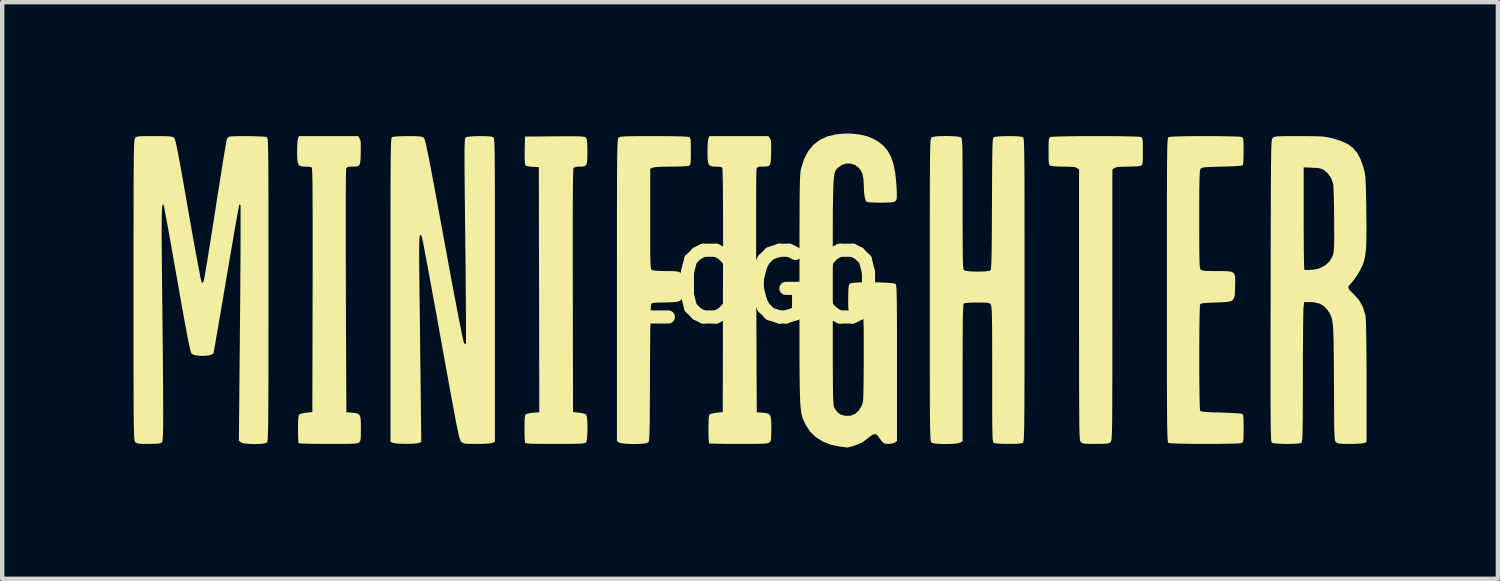
<source format=kicad_pcb>
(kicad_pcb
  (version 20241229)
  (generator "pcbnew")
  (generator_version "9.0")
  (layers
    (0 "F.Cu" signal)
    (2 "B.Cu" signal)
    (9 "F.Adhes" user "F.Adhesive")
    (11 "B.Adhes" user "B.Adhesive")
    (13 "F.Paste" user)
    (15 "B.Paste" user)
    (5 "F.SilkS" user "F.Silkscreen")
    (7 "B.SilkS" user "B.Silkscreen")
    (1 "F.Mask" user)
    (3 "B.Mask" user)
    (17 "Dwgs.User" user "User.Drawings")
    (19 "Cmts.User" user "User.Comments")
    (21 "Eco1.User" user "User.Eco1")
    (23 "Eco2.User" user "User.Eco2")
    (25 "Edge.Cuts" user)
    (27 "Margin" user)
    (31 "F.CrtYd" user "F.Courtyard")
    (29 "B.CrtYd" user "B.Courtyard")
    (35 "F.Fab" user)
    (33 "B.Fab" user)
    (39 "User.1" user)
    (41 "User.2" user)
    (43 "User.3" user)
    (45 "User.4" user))
  (footprint "LOGO"
    (layer "F.Cu")
    (at 14.104 3.501)
    (property "Reference" "LOGO" (at 0 0 0) (layer "F.SilkS") (effects (font (size 1.524 1.524) (thickness 0.3))))
    (attr board_only exclude_from_pos_files exclude_from_bom)
    (fp_poly (pts (xy -4.023 -3.438) (xy -3.933 -3.436) (xy -3.868 -3.433) (xy -3.823 -3.428) (xy -3.794 -3.422) (xy -3.777 -3.414) (xy -3.771 -3.409) (xy -3.757 -3.387) (xy -3.747 -3.352) (xy -3.741 -3.295) (xy -3.738 -3.21) (xy -3.737 -3.09) (xy -3.737 -3.082) (xy -3.738 -2.956) (xy -3.742 -2.866) (xy -3.753 -2.806) (xy -3.774 -2.77) (xy -3.808 -2.752) (xy -3.86 -2.746) (xy -3.923 -2.745) (xy -3.995 -2.739) (xy -4.043 -2.723) (xy -4.051 -2.716) (xy -4.055 -2.699) (xy -4.058 -2.657) (xy -4.061 -2.588) (xy -4.064 -2.491) (xy -4.066 -2.365) (xy -4.067 -2.208) (xy -4.069 -2.019) (xy -4.07 -1.797) (xy -4.071 -1.54) (xy -4.071 -1.246) (xy -4.071 -0.915) (xy -4.071 -0.546) (xy -4.07 -0.136) (xy -4.07 0.087) (xy -4.064 2.861) (xy -3.931 2.876) (xy -3.856 2.887) (xy -3.796 2.902) (xy -3.767 2.915) (xy -3.753 2.948) (xy -3.743 3.013) (xy -3.737 3.101) (xy -3.734 3.201) (xy -3.735 3.305) (xy -3.74 3.402) (xy -3.749 3.484) (xy -3.761 3.539) (xy -3.77 3.556) (xy -3.784 3.566) (xy -3.808 3.573) (xy -3.846 3.579) (xy -3.903 3.583) (xy -3.984 3.586) (xy -4.091 3.588) (xy -4.231 3.589) (xy -4.407 3.589) (xy -4.475 3.589) (xy -4.663 3.589) (xy -4.814 3.588) (xy -4.93 3.587) (xy -5.017 3.585) (xy -5.079 3.581) (xy -5.12 3.576) (xy -5.145 3.57) (xy -5.157 3.561) (xy -5.16 3.556) (xy -5.165 3.523) (xy -5.169 3.457) (xy -5.172 3.367) (xy -5.173 3.26) (xy -5.173 3.231) (xy -5.172 3.109) (xy -5.169 3.022) (xy -5.163 2.965) (xy -5.153 2.93) (xy -5.141 2.914) (xy -5.105 2.899) (xy -5.041 2.885) (xy -4.972 2.877) (xy -4.835 2.866) (xy -4.84 0.066) (xy -4.846 -2.734) (xy -4.986 -2.74) (xy -5.071 -2.748) (xy -5.13 -2.763) (xy -5.151 -2.775) (xy -5.161 -2.811) (xy -5.167 -2.889) (xy -5.169 -3.007) (xy -5.168 -3.117) (xy -5.162 -3.431) (xy -4.483 -3.437) (xy -4.293 -3.438) (xy -4.141 -3.438)) (stroke (width 0) (type solid)) (fill yes) (layer "F.SilkS"))
    (fp_poly (pts (xy 0.434 -3.39) (xy 0.448 -3.36) (xy 0.457 -3.319) (xy 0.462 -3.258) (xy 0.463 -3.169) (xy 0.461 -3.062) (xy 0.457 -2.94) (xy 0.451 -2.855) (xy 0.438 -2.799) (xy 0.416 -2.766) (xy 0.379 -2.751) (xy 0.324 -2.746) (xy 0.269 -2.745) (xy 0.198 -2.743) (xy 0.158 -2.734) (xy 0.137 -2.715) (xy 0.128 -2.696) (xy 0.126 -2.669) (xy 0.124 -2.601) (xy 0.122 -2.497) (xy 0.121 -2.356) (xy 0.119 -2.183) (xy 0.119 -1.978) (xy 0.118 -1.745) (xy 0.118 -1.485) (xy 0.118 -1.201) (xy 0.118 -0.895) (xy 0.119 -0.57) (xy 0.12 -0.227) (xy 0.121 0.11) (xy 0.133 2.866) (xy 0.271 2.877) (xy 0.342 2.885) (xy 0.394 2.897) (xy 0.428 2.922) (xy 0.449 2.964) (xy 0.46 3.03) (xy 0.464 3.128) (xy 0.465 3.242) (xy 0.464 3.357) (xy 0.461 3.438) (xy 0.456 3.492) (xy 0.446 3.526) (xy 0.432 3.548) (xy 0.426 3.554) (xy 0.411 3.564) (xy 0.388 3.572) (xy 0.352 3.578) (xy 0.299 3.583) (xy 0.224 3.586) (xy 0.122 3.588) (xy -0.01 3.589) (xy -0.178 3.589) (xy -0.278 3.589) (xy -0.441 3.589) (xy -0.591 3.588) (xy -0.722 3.586) (xy -0.829 3.583) (xy -0.907 3.58) (xy -0.95 3.577) (xy -0.957 3.575) (xy -0.962 3.55) (xy -0.966 3.491) (xy -0.969 3.405) (xy -0.971 3.3) (xy -0.971 3.251) (xy -0.97 3.122) (xy -0.967 3.03) (xy -0.961 2.969) (xy -0.952 2.932) (xy -0.941 2.915) (xy -0.906 2.9) (xy -0.842 2.885) (xy -0.778 2.876) (xy -0.644 2.861) (xy -0.639 0.075) (xy -0.638 -0.339) (xy -0.637 -0.713) (xy -0.637 -1.049) (xy -0.637 -1.347) (xy -0.637 -1.611) (xy -0.638 -1.842) (xy -0.639 -2.041) (xy -0.64 -2.211) (xy -0.642 -2.353) (xy -0.644 -2.469) (xy -0.646 -2.561) (xy -0.648 -2.631) (xy -0.651 -2.681) (xy -0.655 -2.712) (xy -0.659 -2.726) (xy -0.66 -2.727) (xy -0.694 -2.737) (xy -0.756 -2.743) (xy -0.806 -2.744) (xy -0.876 -2.748) (xy -0.926 -2.761) (xy -0.959 -2.789) (xy -0.979 -2.84) (xy -0.989 -2.918) (xy -0.992 -3.03) (xy -0.992 -3.086) (xy -0.991 -3.189) (xy -0.986 -3.282) (xy -0.979 -3.352) (xy -0.972 -3.387) (xy -0.951 -3.442) (xy 0.4 -3.442)) (stroke (width 0) (type solid)) (fill yes) (layer "F.SilkS"))
    (fp_poly (pts (xy -8.941 -3.39) (xy -8.926 -3.36) (xy -8.917 -3.319) (xy -8.912 -3.258) (xy -8.912 -3.169) (xy -8.914 -3.062) (xy -8.917 -2.94) (xy -8.923 -2.855) (xy -8.936 -2.799) (xy -8.959 -2.766) (xy -8.996 -2.751) (xy -9.051 -2.746) (xy -9.106 -2.745) (xy -9.176 -2.743) (xy -9.217 -2.734) (xy -9.238 -2.715) (xy -9.246 -2.697) (xy -9.248 -2.67) (xy -9.25 -2.604) (xy -9.252 -2.5) (xy -9.253 -2.362) (xy -9.254 -2.191) (xy -9.255 -1.991) (xy -9.256 -1.763) (xy -9.256 -1.51) (xy -9.256 -1.235) (xy -9.256 -0.941) (xy -9.255 -0.629) (xy -9.254 -0.302) (xy -9.253 0.037) (xy -9.253 0.109) (xy -9.242 2.866) (xy -9.103 2.877) (xy -9.032 2.885) (xy -8.981 2.897) (xy -8.947 2.922) (xy -8.926 2.964) (xy -8.915 3.03) (xy -8.911 3.128) (xy -8.91 3.242) (xy -8.911 3.357) (xy -8.913 3.438) (xy -8.919 3.492) (xy -8.928 3.526) (xy -8.942 3.548) (xy -8.949 3.554) (xy -8.963 3.564) (xy -8.986 3.572) (xy -9.022 3.578) (xy -9.076 3.583) (xy -9.151 3.586) (xy -9.252 3.588) (xy -9.385 3.589) (xy -9.553 3.589) (xy -9.652 3.589) (xy -9.816 3.589) (xy -9.966 3.588) (xy -10.097 3.586) (xy -10.204 3.583) (xy -10.281 3.58) (xy -10.325 3.577) (xy -10.332 3.575) (xy -10.337 3.55) (xy -10.341 3.491) (xy -10.344 3.405) (xy -10.346 3.3) (xy -10.346 3.251) (xy -10.345 3.122) (xy -10.342 3.03) (xy -10.336 2.969) (xy -10.327 2.932) (xy -10.316 2.915) (xy -10.28 2.9) (xy -10.217 2.885) (xy -10.152 2.876) (xy -10.019 2.861) (xy -10.013 0.075) (xy -10.012 -0.339) (xy -10.012 -0.713) (xy -10.012 -1.049) (xy -10.012 -1.347) (xy -10.012 -1.611) (xy -10.013 -1.842) (xy -10.014 -2.041) (xy -10.015 -2.211) (xy -10.016 -2.353) (xy -10.018 -2.469) (xy -10.02 -2.561) (xy -10.023 -2.631) (xy -10.026 -2.681) (xy -10.029 -2.712) (xy -10.033 -2.726) (xy -10.034 -2.727) (xy -10.069 -2.737) (xy -10.13 -2.743) (xy -10.181 -2.744) (xy -10.25 -2.748) (xy -10.3 -2.761) (xy -10.333 -2.789) (xy -10.353 -2.84) (xy -10.363 -2.918) (xy -10.367 -3.03) (xy -10.367 -3.086) (xy -10.365 -3.189) (xy -10.361 -3.282) (xy -10.354 -3.352) (xy -10.346 -3.387) (xy -10.326 -3.442) (xy -8.974 -3.442)) (stroke (width 0) (type solid)) (fill yes) (layer "F.SilkS"))
    (fp_poly (pts (xy 8.018 -3.442) (xy 8.197 -3.441) (xy 8.368 -3.44) (xy 8.524 -3.437) (xy 8.66 -3.435) (xy 8.773 -3.431) (xy 8.855 -3.427) (xy 8.903 -3.422) (xy 8.911 -3.42) (xy 8.928 -3.408) (xy 8.939 -3.388) (xy 8.946 -3.354) (xy 8.95 -3.297) (xy 8.952 -3.212) (xy 8.952 -3.093) (xy 8.952 -2.973) (xy 8.95 -2.889) (xy 8.946 -2.832) (xy 8.939 -2.798) (xy 8.927 -2.778) (xy 8.911 -2.767) (xy 8.875 -2.758) (xy 8.806 -2.751) (xy 8.715 -2.747) (xy 8.611 -2.745) (xy 8.61 -2.745) (xy 8.49 -2.743) (xy 8.406 -2.739) (xy 8.348 -2.731) (xy 8.312 -2.718) (xy 8.302 -2.712) (xy 8.256 -2.679) (xy 8.256 0.413) (xy 8.256 0.835) (xy 8.255 1.216) (xy 8.255 1.56) (xy 8.255 1.867) (xy 8.255 2.141) (xy 8.254 2.382) (xy 8.254 2.593) (xy 8.253 2.777) (xy 8.252 2.934) (xy 8.251 3.068) (xy 8.249 3.18) (xy 8.247 3.272) (xy 8.245 3.346) (xy 8.242 3.405) (xy 8.239 3.45) (xy 8.236 3.484) (xy 8.232 3.507) (xy 8.228 3.524) (xy 8.223 3.535) (xy 8.218 3.542) (xy 8.213 3.547) (xy 8.193 3.564) (xy 8.166 3.576) (xy 8.125 3.583) (xy 8.063 3.587) (xy 7.972 3.589) (xy 7.875 3.589) (xy 7.757 3.589) (xy 7.672 3.587) (xy 7.615 3.582) (xy 7.578 3.574) (xy 7.553 3.561) (xy 7.538 3.547) (xy 7.532 3.541) (xy 7.527 3.533) (xy 7.522 3.521) (xy 7.518 3.503) (xy 7.514 3.477) (xy 7.511 3.441) (xy 7.508 3.393) (xy 7.505 3.33) (xy 7.503 3.252) (xy 7.501 3.156) (xy 7.5 3.039) (xy 7.499 2.9) (xy 7.498 2.736) (xy 7.497 2.547) (xy 7.496 2.328) (xy 7.496 2.08) (xy 7.496 1.799) (xy 7.496 1.483) (xy 7.495 1.131) (xy 7.495 0.74) (xy 7.495 0.413) (xy 7.495 -2.679) (xy 7.449 -2.712) (xy 7.417 -2.727) (xy 7.367 -2.737) (xy 7.293 -2.742) (xy 7.186 -2.745) (xy 7.141 -2.745) (xy 7.037 -2.747) (xy 6.945 -2.751) (xy 6.876 -2.758) (xy 6.84 -2.767) (xy 6.84 -2.767) (xy 6.823 -2.778) (xy 6.812 -2.798) (xy 6.805 -2.833) (xy 6.801 -2.889) (xy 6.799 -2.974) (xy 6.799 -3.093) (xy 6.799 -3.213) (xy 6.801 -3.298) (xy 6.805 -3.354) (xy 6.812 -3.388) (xy 6.824 -3.408) (xy 6.84 -3.42) (xy 6.87 -3.425) (xy 6.938 -3.429) (xy 7.037 -3.433) (xy 7.163 -3.436) (xy 7.312 -3.439) (xy 7.476 -3.441) (xy 7.652 -3.442) (xy 7.834 -3.442)) (stroke (width 0) (type solid)) (fill yes) (layer "F.SilkS"))
    (fp_poly (pts (xy -1.998 -3.441) (xy -1.809 -3.439) (xy -1.654 -3.436) (xy -1.536 -3.432) (xy -1.456 -3.427) (xy -1.416 -3.421) (xy -1.413 -3.42) (xy -1.397 -3.408) (xy -1.386 -3.388) (xy -1.379 -3.354) (xy -1.375 -3.297) (xy -1.373 -3.212) (xy -1.372 -3.093) (xy -1.373 -2.973) (xy -1.375 -2.889) (xy -1.379 -2.832) (xy -1.386 -2.798) (xy -1.397 -2.778) (xy -1.413 -2.767) (xy -1.449 -2.759) (xy -1.52 -2.753) (xy -1.62 -2.748) (xy -1.743 -2.745) (xy -1.824 -2.745) (xy -1.981 -2.743) (xy -2.105 -2.739) (xy -2.194 -2.732) (xy -2.244 -2.722) (xy -2.248 -2.72) (xy -2.301 -2.696) (xy -2.301 -1.549) (xy -2.301 -1.3) (xy -2.301 -1.09) (xy -2.301 -0.915) (xy -2.3 -0.772) (xy -2.298 -0.658) (xy -2.296 -0.57) (xy -2.293 -0.503) (xy -2.29 -0.455) (xy -2.285 -0.423) (xy -2.279 -0.402) (xy -2.272 -0.39) (xy -2.264 -0.383) (xy -2.261 -0.381) (xy -2.225 -0.373) (xy -2.156 -0.366) (xy -2.064 -0.361) (xy -1.957 -0.359) (xy -1.937 -0.359) (xy -1.806 -0.359) (xy -1.711 -0.354) (xy -1.646 -0.342) (xy -1.605 -0.315) (xy -1.582 -0.271) (xy -1.572 -0.204) (xy -1.567 -0.108) (xy -1.566 -0.063) (xy -1.563 0.072) (xy -1.564 0.171) (xy -1.572 0.24) (xy -1.587 0.285) (xy -1.611 0.314) (xy -1.646 0.331) (xy -1.664 0.337) (xy -1.716 0.346) (xy -1.798 0.353) (xy -1.9 0.357) (xy -1.998 0.359) (xy -2.118 0.36) (xy -2.202 0.365) (xy -2.253 0.374) (xy -2.277 0.387) (xy -2.282 0.409) (xy -2.287 0.462) (xy -2.291 0.548) (xy -2.294 0.667) (xy -2.297 0.823) (xy -2.3 1.014) (xy -2.302 1.244) (xy -2.304 1.513) (xy -2.306 1.822) (xy -2.306 1.972) (xy -2.307 2.266) (xy -2.308 2.52) (xy -2.31 2.738) (xy -2.311 2.922) (xy -2.312 3.076) (xy -2.314 3.202) (xy -2.316 3.303) (xy -2.319 3.382) (xy -2.322 3.442) (xy -2.326 3.486) (xy -2.33 3.516) (xy -2.336 3.536) (xy -2.342 3.549) (xy -2.349 3.557) (xy -2.353 3.559) (xy -2.395 3.574) (xy -2.468 3.584) (xy -2.564 3.59) (xy -2.67 3.592) (xy -2.778 3.59) (xy -2.877 3.584) (xy -2.957 3.574) (xy -3.008 3.56) (xy -3.015 3.556) (xy -3.062 3.524) (xy -3.062 0.076) (xy -3.062 -0.371) (xy -3.061 -0.778) (xy -3.061 -1.146) (xy -3.061 -1.478) (xy -3.061 -1.775) (xy -3.06 -2.04) (xy -3.06 -2.274) (xy -3.059 -2.479) (xy -3.058 -2.658) (xy -3.057 -2.811) (xy -3.056 -2.942) (xy -3.054 -3.051) (xy -3.052 -3.141) (xy -3.05 -3.215) (xy -3.047 -3.272) (xy -3.044 -3.317) (xy -3.041 -3.35) (xy -3.038 -3.373) (xy -3.034 -3.389) (xy -3.029 -3.399) (xy -3.024 -3.405) (xy -3.023 -3.407) (xy -3.009 -3.416) (xy -2.987 -3.423) (xy -2.954 -3.429) (xy -2.904 -3.434) (xy -2.833 -3.437) (xy -2.738 -3.439) (xy -2.614 -3.441) (xy -2.457 -3.441) (xy -2.262 -3.442) (xy -2.219 -3.442)) (stroke (width 0) (type solid)) (fill yes) (layer "F.SilkS"))
    (fp_poly (pts (xy 10.492 -3.442) (xy 10.653 -3.441) (xy 10.805 -3.439) (xy 10.941 -3.436) (xy 11.056 -3.433) (xy 11.143 -3.429) (xy 11.198 -3.423) (xy 11.213 -3.42) (xy 11.229 -3.408) (xy 11.24 -3.388) (xy 11.247 -3.354) (xy 11.251 -3.297) (xy 11.253 -3.212) (xy 11.254 -3.094) (xy 11.252 -2.961) (xy 11.249 -2.867) (xy 11.242 -2.807) (xy 11.231 -2.777) (xy 11.227 -2.772) (xy 11.199 -2.767) (xy 11.135 -2.761) (xy 11.043 -2.755) (xy 10.927 -2.75) (xy 10.796 -2.746) (xy 10.751 -2.745) (xy 10.601 -2.741) (xy 10.487 -2.737) (xy 10.405 -2.733) (xy 10.348 -2.727) (xy 10.311 -2.72) (xy 10.288 -2.711) (xy 10.274 -2.698) (xy 10.27 -2.693) (xy 10.263 -2.678) (xy 10.258 -2.651) (xy 10.253 -2.608) (xy 10.249 -2.546) (xy 10.246 -2.462) (xy 10.244 -2.352) (xy 10.242 -2.215) (xy 10.241 -2.045) (xy 10.24 -1.84) (xy 10.24 -1.597) (xy 10.24 -1.539) (xy 10.24 -1.291) (xy 10.241 -1.082) (xy 10.242 -0.908) (xy 10.243 -0.767) (xy 10.245 -0.654) (xy 10.247 -0.566) (xy 10.25 -0.501) (xy 10.255 -0.454) (xy 10.26 -0.423) (xy 10.266 -0.403) (xy 10.273 -0.392) (xy 10.293 -0.379) (xy 10.326 -0.37) (xy 10.38 -0.364) (xy 10.46 -0.361) (xy 10.572 -0.359) (xy 10.643 -0.359) (xy 10.787 -0.359) (xy 10.895 -0.355) (xy 10.97 -0.344) (xy 11.02 -0.321) (xy 11.048 -0.281) (xy 11.061 -0.22) (xy 11.063 -0.133) (xy 11.06 -0.017) (xy 11.06 -0.009) (xy 11.057 0.11) (xy 11.05 0.199) (xy 11.034 0.263) (xy 11.003 0.305) (xy 10.953 0.332) (xy 10.877 0.346) (xy 10.771 0.354) (xy 10.628 0.359) (xy 10.619 0.359) (xy 10.486 0.364) (xy 10.39 0.369) (xy 10.325 0.376) (xy 10.285 0.385) (xy 10.264 0.397) (xy 10.261 0.401) (xy 10.257 0.429) (xy 10.253 0.493) (xy 10.25 0.591) (xy 10.247 0.717) (xy 10.245 0.867) (xy 10.243 1.035) (xy 10.242 1.218) (xy 10.241 1.41) (xy 10.241 1.607) (xy 10.241 1.804) (xy 10.242 1.997) (xy 10.243 2.181) (xy 10.245 2.351) (xy 10.247 2.502) (xy 10.25 2.63) (xy 10.253 2.73) (xy 10.256 2.798) (xy 10.26 2.829) (xy 10.261 2.829) (xy 10.275 2.84) (xy 10.304 2.849) (xy 10.354 2.856) (xy 10.429 2.862) (xy 10.535 2.867) (xy 10.676 2.871) (xy 10.73 2.873) (xy 10.866 2.877) (xy 10.988 2.883) (xy 11.091 2.888) (xy 11.168 2.894) (xy 11.211 2.9) (xy 11.217 2.902) (xy 11.231 2.912) (xy 11.241 2.933) (xy 11.248 2.971) (xy 11.252 3.033) (xy 11.253 3.125) (xy 11.254 3.232) (xy 11.253 3.354) (xy 11.252 3.44) (xy 11.248 3.498) (xy 11.241 3.534) (xy 11.23 3.555) (xy 11.215 3.567) (xy 11.213 3.568) (xy 11.181 3.573) (xy 11.114 3.578) (xy 11.015 3.582) (xy 10.892 3.585) (xy 10.75 3.587) (xy 10.594 3.589) (xy 10.431 3.589) (xy 10.265 3.589) (xy 10.104 3.588) (xy 9.952 3.586) (xy 9.815 3.583) (xy 9.7 3.58) (xy 9.611 3.576) (xy 9.555 3.571) (xy 9.538 3.567) (xy 9.533 3.562) (xy 9.529 3.554) (xy 9.525 3.539) (xy 9.522 3.516) (xy 9.518 3.484) (xy 9.516 3.439) (xy 9.513 3.381) (xy 9.511 3.307) (xy 9.509 3.216) (xy 9.507 3.105) (xy 9.506 2.973) (xy 9.505 2.818) (xy 9.504 2.637) (xy 9.503 2.43) (xy 9.502 2.193) (xy 9.502 1.926) (xy 9.502 1.626) (xy 9.501 1.291) (xy 9.501 0.92) (xy 9.501 0.51) (xy 9.501 0.074) (xy 9.501 -0.375) (xy 9.501 -0.783) (xy 9.501 -1.152) (xy 9.502 -1.485) (xy 9.502 -1.784) (xy 9.502 -2.049) (xy 9.503 -2.284) (xy 9.503 -2.491) (xy 9.504 -2.67) (xy 9.505 -2.824) (xy 9.507 -2.955) (xy 9.508 -3.065) (xy 9.51 -3.156) (xy 9.512 -3.229) (xy 9.515 -3.287) (xy 9.518 -3.331) (xy 9.521 -3.364) (xy 9.524 -3.387) (xy 9.528 -3.402) (xy 9.533 -3.412) (xy 9.538 -3.417) (xy 9.542 -3.42) (xy 9.574 -3.425) (xy 9.642 -3.43) (xy 9.74 -3.434) (xy 9.864 -3.438) (xy 10.007 -3.44) (xy 10.163 -3.441) (xy 10.326 -3.442)) (stroke (width 0) (type solid)) (fill yes) (layer "F.SilkS"))
    (fp_poly (pts (xy -6.11 -3.442) (xy -6.016 -3.438) (xy -5.94 -3.432) (xy -5.893 -3.421) (xy -5.889 -3.42) (xy -5.884 -3.416) (xy -5.879 -3.41) (xy -5.875 -3.4) (xy -5.871 -3.383) (xy -5.868 -3.359) (xy -5.864 -3.324) (xy -5.862 -3.277) (xy -5.859 -3.217) (xy -5.857 -3.14) (xy -5.855 -3.046) (xy -5.854 -2.932) (xy -5.853 -2.797) (xy -5.851 -2.638) (xy -5.851 -2.454) (xy -5.85 -2.243) (xy -5.849 -2.002) (xy -5.849 -1.73) (xy -5.849 -1.425) (xy -5.849 -1.086) (xy -5.849 -0.709) (xy -5.849 -0.294) (xy -5.849 0.071) (xy -5.849 3.54) (xy -5.902 3.565) (xy -5.948 3.575) (xy -6.029 3.583) (xy -6.141 3.588) (xy -6.26 3.589) (xy -6.38 3.589) (xy -6.466 3.587) (xy -6.524 3.583) (xy -6.563 3.575) (xy -6.59 3.562) (xy -6.613 3.545) (xy -6.616 3.542) (xy -6.625 3.533) (xy -6.633 3.519) (xy -6.642 3.499) (xy -6.652 3.47) (xy -6.664 3.43) (xy -6.677 3.376) (xy -6.693 3.306) (xy -6.711 3.218) (xy -6.733 3.11) (xy -6.758 2.979) (xy -6.787 2.822) (xy -6.821 2.639) (xy -6.861 2.425) (xy -6.905 2.179) (xy -6.956 1.899) (xy -7.014 1.582) (xy -7.078 1.226) (xy -7.084 1.194) (xy -7.139 0.888) (xy -7.192 0.593) (xy -7.244 0.312) (xy -7.292 0.047) (xy -7.337 -0.198) (xy -7.378 -0.42) (xy -7.415 -0.619) (xy -7.448 -0.789) (xy -7.474 -0.929) (xy -7.495 -1.037) (xy -7.51 -1.109) (xy -7.518 -1.142) (xy -7.519 -1.144) (xy -7.533 -1.169) (xy -7.545 -1.182) (xy -7.555 -1.182) (xy -7.563 -1.166) (xy -7.57 -1.131) (xy -7.574 -1.073) (xy -7.577 -0.991) (xy -7.579 -0.882) (xy -7.579 -0.742) (xy -7.578 -0.569) (xy -7.576 -0.36) (xy -7.574 -0.113) (xy -7.573 -0.026) (xy -7.57 0.238) (xy -7.566 0.533) (xy -7.562 0.85) (xy -7.558 1.178) (xy -7.555 1.506) (xy -7.551 1.824) (xy -7.547 2.122) (xy -7.545 2.338) (xy -7.531 3.546) (xy -7.588 3.567) (xy -7.637 3.577) (xy -7.715 3.584) (xy -7.812 3.587) (xy -7.916 3.587) (xy -8.018 3.584) (xy -8.105 3.578) (xy -8.167 3.57) (xy -8.187 3.564) (xy -8.234 3.541) (xy -8.234 0.071) (xy -8.234 -0.377) (xy -8.234 -0.784) (xy -8.234 -1.154) (xy -8.234 -1.487) (xy -8.234 -1.785) (xy -8.233 -2.051) (xy -8.233 -2.286) (xy -8.232 -2.492) (xy -8.231 -2.671) (xy -8.23 -2.825) (xy -8.229 -2.956) (xy -8.227 -3.066) (xy -8.225 -3.156) (xy -8.223 -3.23) (xy -8.221 -3.287) (xy -8.218 -3.332) (xy -8.215 -3.364) (xy -8.211 -3.387) (xy -8.207 -3.402) (xy -8.203 -3.412) (xy -8.198 -3.417) (xy -8.194 -3.42) (xy -8.158 -3.428) (xy -8.088 -3.434) (xy -7.993 -3.439) (xy -7.88 -3.441) (xy -7.837 -3.442) (xy -7.711 -3.441) (xy -7.62 -3.438) (xy -7.558 -3.434) (xy -7.516 -3.425) (xy -7.488 -3.413) (xy -7.476 -3.405) (xy -7.468 -3.395) (xy -7.46 -3.379) (xy -7.45 -3.352) (xy -7.439 -3.313) (xy -7.425 -3.26) (xy -7.41 -3.19) (xy -7.391 -3.101) (xy -7.368 -2.991) (xy -7.342 -2.858) (xy -7.311 -2.699) (xy -7.276 -2.512) (xy -7.235 -2.295) (xy -7.189 -2.046) (xy -7.137 -1.762) (xy -7.078 -1.441) (xy -7.012 -1.081) (xy -7.007 -1.056) (xy -6.94 -0.692) (xy -6.878 -0.353) (xy -6.82 -0.042) (xy -6.766 0.24) (xy -6.718 0.493) (xy -6.676 0.713) (xy -6.639 0.9) (xy -6.609 1.052) (xy -6.584 1.168) (xy -6.567 1.245) (xy -6.556 1.283) (xy -6.554 1.287) (xy -6.525 1.306) (xy -6.512 1.304) (xy -6.51 1.281) (xy -6.509 1.219) (xy -6.509 1.121) (xy -6.509 0.988) (xy -6.509 0.824) (xy -6.51 0.631) (xy -6.512 0.412) (xy -6.513 0.169) (xy -6.516 -0.093) (xy -6.518 -0.374) (xy -6.521 -0.67) (xy -6.525 -0.978) (xy -6.525 -1.047) (xy -6.529 -1.411) (xy -6.533 -1.736) (xy -6.536 -2.023) (xy -6.539 -2.274) (xy -6.541 -2.493) (xy -6.542 -2.681) (xy -6.543 -2.842) (xy -6.543 -2.976) (xy -6.543 -3.087) (xy -6.542 -3.177) (xy -6.54 -3.248) (xy -6.538 -3.302) (xy -6.535 -3.342) (xy -6.532 -3.371) (xy -6.528 -3.39) (xy -6.523 -3.402) (xy -6.517 -3.41) (xy -6.513 -3.413) (xy -6.476 -3.425) (xy -6.407 -3.433) (xy -6.316 -3.439) (xy -6.214 -3.442)) (stroke (width 0) (type solid)) (fill yes) (layer "F.SilkS"))
    (fp_poly (pts (xy 2.28 -3.499) (xy 2.481 -3.479) (xy 2.654 -3.439) (xy 2.808 -3.374) (xy 2.913 -3.312) (xy 3.029 -3.219) (xy 3.123 -3.108) (xy 3.197 -2.973) (xy 3.253 -2.812) (xy 3.293 -2.619) (xy 3.318 -2.39) (xy 3.319 -2.374) (xy 3.329 -2.23) (xy 3.333 -2.122) (xy 3.332 -2.046) (xy 3.323 -1.994) (xy 3.307 -1.962) (xy 3.281 -1.944) (xy 3.249 -1.935) (xy 3.195 -1.928) (xy 3.115 -1.924) (xy 3.019 -1.922) (xy 2.916 -1.922) (xy 2.817 -1.924) (xy 2.732 -1.928) (xy 2.67 -1.934) (xy 2.641 -1.941) (xy 2.618 -1.977) (xy 2.599 -2.05) (xy 2.585 -2.153) (xy 2.578 -2.281) (xy 2.577 -2.323) (xy 2.57 -2.459) (xy 2.55 -2.564) (xy 2.514 -2.649) (xy 2.467 -2.713) (xy 2.382 -2.78) (xy 2.282 -2.814) (xy 2.175 -2.814) (xy 2.071 -2.781) (xy 1.986 -2.719) (xy 1.969 -2.701) (xy 1.954 -2.685) (xy 1.94 -2.666) (xy 1.928 -2.644) (xy 1.917 -2.616) (xy 1.908 -2.58) (xy 1.9 -2.533) (xy 1.893 -2.473) (xy 1.887 -2.398) (xy 1.883 -2.306) (xy 1.879 -2.194) (xy 1.876 -2.06) (xy 1.873 -1.903) (xy 1.871 -1.72) (xy 1.87 -1.508) (xy 1.869 -1.265) (xy 1.869 -0.989) (xy 1.869 -0.679) (xy 1.869 -0.33) (xy 1.869 0.057) (xy 1.869 0.127) (xy 1.869 0.509) (xy 1.869 0.852) (xy 1.869 1.157) (xy 1.869 1.426) (xy 1.869 1.663) (xy 1.87 1.868) (xy 1.871 2.046) (xy 1.872 2.196) (xy 1.873 2.323) (xy 1.875 2.429) (xy 1.877 2.515) (xy 1.88 2.583) (xy 1.883 2.637) (xy 1.886 2.679) (xy 1.89 2.71) (xy 1.895 2.733) (xy 1.9 2.751) (xy 1.906 2.765) (xy 1.911 2.775) (xy 1.972 2.864) (xy 2.052 2.92) (xy 2.159 2.948) (xy 2.159 2.948) (xy 2.277 2.945) (xy 2.38 2.903) (xy 2.466 2.824) (xy 2.533 2.71) (xy 2.551 2.662) (xy 2.558 2.628) (xy 2.563 2.563) (xy 2.568 2.466) (xy 2.571 2.336) (xy 2.573 2.17) (xy 2.575 1.967) (xy 2.576 1.724) (xy 2.576 1.604) (xy 2.576 1.37) (xy 2.576 1.175) (xy 2.576 1.015) (xy 2.574 0.887) (xy 2.571 0.787) (xy 2.565 0.712) (xy 2.555 0.659) (xy 2.542 0.623) (xy 2.524 0.602) (xy 2.501 0.592) (xy 2.472 0.589) (xy 2.437 0.59) (xy 2.395 0.591) (xy 2.387 0.591) (xy 2.3 0.586) (xy 2.248 0.569) (xy 2.24 0.562) (xy 2.229 0.526) (xy 2.222 0.452) (xy 2.22 0.337) (xy 2.222 0.241) (xy 2.224 0.124) (xy 2.227 0.043) (xy 2.233 -0.01) (xy 2.241 -0.043) (xy 2.254 -0.062) (xy 2.272 -0.075) (xy 2.28 -0.079) (xy 2.32 -0.088) (xy 2.394 -0.096) (xy 2.493 -0.1) (xy 2.61 -0.103) (xy 2.738 -0.103) (xy 2.869 -0.102) (xy 2.995 -0.098) (xy 3.109 -0.092) (xy 3.203 -0.085) (xy 3.27 -0.076) (xy 3.301 -0.066) (xy 3.307 -0.058) (xy 3.313 -0.044) (xy 3.317 -0.021) (xy 3.321 0.013) (xy 3.325 0.062) (xy 3.328 0.128) (xy 3.33 0.214) (xy 3.332 0.322) (xy 3.333 0.455) (xy 3.334 0.615) (xy 3.335 0.806) (xy 3.336 1.029) (xy 3.336 1.289) (xy 3.336 1.586) (xy 3.336 1.743) (xy 3.336 3.524) (xy 3.289 3.556) (xy 3.237 3.577) (xy 3.165 3.589) (xy 3.141 3.589) (xy 3.079 3.586) (xy 3.033 3.57) (xy 2.992 3.534) (xy 2.947 3.472) (xy 2.927 3.442) (xy 2.882 3.385) (xy 2.835 3.364) (xy 2.779 3.379) (xy 2.708 3.428) (xy 2.693 3.441) (xy 2.624 3.495) (xy 2.555 3.544) (xy 2.516 3.566) (xy 2.462 3.59) (xy 2.392 3.617) (xy 2.318 3.642) (xy 2.252 3.661) (xy 2.207 3.671) (xy 2.197 3.671) (xy 2.172 3.667) (xy 2.116 3.66) (xy 2.043 3.652) (xy 1.834 3.61) (xy 1.647 3.538) (xy 1.486 3.438) (xy 1.354 3.311) (xy 1.254 3.16) (xy 1.245 3.141) (xy 1.225 3.1) (xy 1.208 3.063) (xy 1.192 3.027) (xy 1.178 2.99) (xy 1.166 2.95) (xy 1.155 2.905) (xy 1.146 2.852) (xy 1.138 2.788) (xy 1.131 2.712) (xy 1.125 2.621) (xy 1.121 2.512) (xy 1.117 2.384) (xy 1.114 2.235) (xy 1.112 2.061) (xy 1.11 1.86) (xy 1.109 1.631) (xy 1.109 1.371) (xy 1.109 1.077) (xy 1.108 0.747) (xy 1.108 0.379) (xy 1.108 0.074) (xy 1.109 -0.315) (xy 1.109 -0.664) (xy 1.109 -0.975) (xy 1.109 -1.251) (xy 1.11 -1.494) (xy 1.111 -1.706) (xy 1.111 -1.89) (xy 1.113 -2.048) (xy 1.114 -2.183) (xy 1.116 -2.296) (xy 1.118 -2.389) (xy 1.121 -2.467) (xy 1.124 -2.529) (xy 1.128 -2.58) (xy 1.132 -2.621) (xy 1.136 -2.654) (xy 1.141 -2.683) (xy 1.146 -2.703) (xy 1.212 -2.915) (xy 1.304 -3.093) (xy 1.423 -3.239) (xy 1.568 -3.352) (xy 1.741 -3.433) (xy 1.941 -3.483) (xy 2.169 -3.501)) (stroke (width 0) (type solid)) (fill yes) (layer "F.SilkS"))
    (fp_poly (pts (xy 4.544 -3.443) (xy 4.645 -3.438) (xy 4.728 -3.43) (xy 4.784 -3.418) (xy 4.802 -3.408) (xy 4.808 -3.398) (xy 4.814 -3.381) (xy 4.819 -3.352) (xy 4.823 -3.31) (xy 4.826 -3.251) (xy 4.829 -3.172) (xy 4.831 -3.071) (xy 4.832 -2.945) (xy 4.834 -2.79) (xy 4.834 -2.604) (xy 4.835 -2.384) (xy 4.835 -2.127) (xy 4.835 -1.891) (xy 4.835 -1.603) (xy 4.835 -1.355) (xy 4.836 -1.143) (xy 4.837 -0.964) (xy 4.838 -0.816) (xy 4.839 -0.695) (xy 4.842 -0.6) (xy 4.844 -0.526) (xy 4.848 -0.47) (xy 4.852 -0.431) (xy 4.856 -0.404) (xy 4.862 -0.388) (xy 4.869 -0.379) (xy 4.87 -0.377) (xy 4.907 -0.364) (xy 4.974 -0.355) (xy 5.063 -0.349) (xy 5.163 -0.347) (xy 5.264 -0.348) (xy 5.355 -0.352) (xy 5.426 -0.361) (xy 5.468 -0.373) (xy 5.473 -0.376) (xy 5.478 -0.389) (xy 5.483 -0.418) (xy 5.487 -0.467) (xy 5.491 -0.536) (xy 5.494 -0.629) (xy 5.497 -0.749) (xy 5.499 -0.898) (xy 5.501 -1.078) (xy 5.503 -1.293) (xy 5.504 -1.544) (xy 5.505 -1.834) (xy 5.506 -1.896) (xy 5.507 -2.184) (xy 5.508 -2.433) (xy 5.509 -2.646) (xy 5.511 -2.825) (xy 5.512 -2.974) (xy 5.514 -3.095) (xy 5.517 -3.191) (xy 5.52 -3.266) (xy 5.523 -3.321) (xy 5.527 -3.361) (xy 5.532 -3.388) (xy 5.538 -3.404) (xy 5.544 -3.413) (xy 5.547 -3.415) (xy 5.582 -3.426) (xy 5.649 -3.433) (xy 5.739 -3.439) (xy 5.843 -3.442) (xy 5.949 -3.442) (xy 6.049 -3.439) (xy 6.133 -3.434) (xy 6.191 -3.425) (xy 6.209 -3.42) (xy 6.214 -3.416) (xy 6.219 -3.41) (xy 6.223 -3.4) (xy 6.227 -3.383) (xy 6.231 -3.359) (xy 6.234 -3.324) (xy 6.237 -3.277) (xy 6.239 -3.216) (xy 6.241 -3.14) (xy 6.243 -3.046) (xy 6.244 -2.932) (xy 6.246 -2.796) (xy 6.247 -2.637) (xy 6.248 -2.453) (xy 6.248 -2.241) (xy 6.249 -2) (xy 6.249 -1.728) (xy 6.249 -1.423) (xy 6.25 -1.083) (xy 6.25 -0.706) (xy 6.25 -0.29) (xy 6.25 0.063) (xy 6.25 0.513) (xy 6.25 0.923) (xy 6.249 1.295) (xy 6.249 1.63) (xy 6.249 1.931) (xy 6.248 2.198) (xy 6.247 2.435) (xy 6.247 2.643) (xy 6.246 2.823) (xy 6.244 2.978) (xy 6.243 3.11) (xy 6.241 3.221) (xy 6.239 3.312) (xy 6.237 3.385) (xy 6.234 3.442) (xy 6.231 3.485) (xy 6.228 3.517) (xy 6.224 3.538) (xy 6.22 3.55) (xy 6.217 3.556) (xy 6.195 3.57) (xy 6.159 3.579) (xy 6.102 3.585) (xy 6.016 3.588) (xy 5.895 3.589) (xy 5.888 3.589) (xy 5.777 3.588) (xy 5.678 3.584) (xy 5.602 3.577) (xy 5.557 3.57) (xy 5.552 3.568) (xy 5.544 3.562) (xy 5.537 3.554) (xy 5.531 3.539) (xy 5.527 3.515) (xy 5.523 3.479) (xy 5.519 3.427) (xy 5.517 3.358) (xy 5.515 3.269) (xy 5.513 3.155) (xy 5.512 3.016) (xy 5.511 2.846) (xy 5.511 2.645) (xy 5.511 2.408) (xy 5.511 2.133) (xy 5.511 1.999) (xy 5.511 1.703) (xy 5.51 1.447) (xy 5.51 1.227) (xy 5.509 1.041) (xy 5.508 0.885) (xy 5.506 0.757) (xy 5.504 0.655) (xy 5.501 0.574) (xy 5.498 0.513) (xy 5.494 0.469) (xy 5.489 0.438) (xy 5.484 0.418) (xy 5.478 0.406) (xy 5.462 0.387) (xy 5.441 0.374) (xy 5.408 0.366) (xy 5.355 0.361) (xy 5.274 0.359) (xy 5.165 0.359) (xy 5.028 0.361) (xy 4.932 0.367) (xy 4.876 0.376) (xy 4.86 0.384) (xy 4.855 0.4) (xy 4.851 0.436) (xy 4.847 0.496) (xy 4.844 0.581) (xy 4.841 0.694) (xy 4.839 0.837) (xy 4.838 1.012) (xy 4.836 1.221) (xy 4.836 1.466) (xy 4.835 1.751) (xy 4.835 1.967) (xy 4.835 3.524) (xy 4.788 3.556) (xy 4.745 3.571) (xy 4.671 3.582) (xy 4.575 3.589) (xy 4.468 3.592) (xy 4.36 3.591) (xy 4.262 3.586) (xy 4.182 3.576) (xy 4.133 3.563) (xy 4.127 3.559) (xy 4.121 3.555) (xy 4.116 3.548) (xy 4.112 3.537) (xy 4.108 3.52) (xy 4.105 3.494) (xy 4.101 3.459) (xy 4.099 3.412) (xy 4.096 3.351) (xy 4.094 3.274) (xy 4.092 3.179) (xy 4.091 3.065) (xy 4.089 2.93) (xy 4.088 2.77) (xy 4.088 2.586) (xy 4.087 2.374) (xy 4.086 2.133) (xy 4.086 1.861) (xy 4.086 1.556) (xy 4.086 1.216) (xy 4.086 0.839) (xy 4.086 0.423) (xy 4.086 0.074) (xy 4.086 -0.373) (xy 4.086 -0.78) (xy 4.086 -1.149) (xy 4.086 -1.481) (xy 4.086 -1.778) (xy 4.087 -2.043) (xy 4.087 -2.277) (xy 4.088 -2.482) (xy 4.089 -2.661) (xy 4.09 -2.815) (xy 4.091 -2.945) (xy 4.093 -3.055) (xy 4.095 -3.145) (xy 4.097 -3.218) (xy 4.099 -3.276) (xy 4.102 -3.32) (xy 4.105 -3.353) (xy 4.109 -3.376) (xy 4.113 -3.392) (xy 4.117 -3.402) (xy 4.122 -3.408) (xy 4.127 -3.412) (xy 4.167 -3.426) (xy 4.239 -3.436) (xy 4.332 -3.442) (xy 4.437 -3.444)) (stroke (width 0) (type solid)) (fill yes) (layer "F.SilkS"))
    (fp_poly (pts (xy 12.693 -3.441) (xy 12.83 -3.44) (xy 12.937 -3.438) (xy 13.022 -3.434) (xy 13.092 -3.429) (xy 13.152 -3.42) (xy 13.209 -3.409) (xy 13.271 -3.394) (xy 13.285 -3.391) (xy 13.474 -3.333) (xy 13.627 -3.263) (xy 13.749 -3.174) (xy 13.846 -3.061) (xy 13.923 -2.919) (xy 13.986 -2.743) (xy 14.002 -2.686) (xy 14.014 -2.64) (xy 14.023 -2.593) (xy 14.031 -2.54) (xy 14.037 -2.476) (xy 14.042 -2.396) (xy 14.046 -2.296) (xy 14.049 -2.17) (xy 14.052 -2.014) (xy 14.055 -1.822) (xy 14.056 -1.724) (xy 14.059 -1.486) (xy 14.06 -1.285) (xy 14.059 -1.117) (xy 14.055 -0.978) (xy 14.049 -0.862) (xy 14.04 -0.766) (xy 14.027 -0.684) (xy 14.011 -0.612) (xy 13.99 -0.546) (xy 13.965 -0.48) (xy 13.962 -0.475) (xy 13.918 -0.384) (xy 13.859 -0.283) (xy 13.792 -0.184) (xy 13.728 -0.101) (xy 13.684 -0.055) (xy 13.651 -0.016) (xy 13.645 0.022) (xy 13.667 0.066) (xy 13.72 0.123) (xy 13.765 0.164) (xy 13.89 0.302) (xy 13.98 0.463) (xy 14.035 0.645) (xy 14.04 0.676) (xy 14.044 0.725) (xy 14.048 0.815) (xy 14.052 0.94) (xy 14.055 1.1) (xy 14.057 1.291) (xy 14.059 1.511) (xy 14.061 1.756) (xy 14.062 2.025) (xy 14.062 2.181) (xy 14.062 3.548) (xy 14.008 3.569) (xy 13.966 3.577) (xy 13.893 3.583) (xy 13.797 3.588) (xy 13.69 3.589) (xy 13.683 3.589) (xy 13.566 3.588) (xy 13.485 3.585) (xy 13.429 3.579) (xy 13.393 3.568) (xy 13.368 3.552) (xy 13.368 3.552) (xy 13.359 3.544) (xy 13.351 3.534) (xy 13.345 3.518) (xy 13.339 3.493) (xy 13.335 3.457) (xy 13.331 3.405) (xy 13.328 3.336) (xy 13.325 3.245) (xy 13.323 3.129) (xy 13.322 2.986) (xy 13.321 2.812) (xy 13.319 2.604) (xy 13.318 2.359) (xy 13.317 2.196) (xy 13.316 1.912) (xy 13.314 1.667) (xy 13.312 1.458) (xy 13.31 1.281) (xy 13.306 1.133) (xy 13.302 1.011) (xy 13.295 0.91) (xy 13.287 0.829) (xy 13.277 0.763) (xy 13.264 0.71) (xy 13.249 0.665) (xy 13.231 0.626) (xy 13.209 0.589) (xy 13.184 0.552) (xy 13.174 0.537) (xy 13.092 0.444) (xy 12.992 0.385) (xy 12.867 0.355) (xy 12.784 0.35) (xy 12.637 0.348) (xy 12.623 0.465) (xy 12.621 0.505) (xy 12.618 0.584) (xy 12.616 0.697) (xy 12.614 0.842) (xy 12.612 1.014) (xy 12.611 1.209) (xy 12.609 1.425) (xy 12.608 1.656) (xy 12.607 1.9) (xy 12.607 2.063) (xy 12.607 2.349) (xy 12.606 2.596) (xy 12.606 2.806) (xy 12.605 2.983) (xy 12.603 3.13) (xy 12.602 3.249) (xy 12.6 3.344) (xy 12.597 3.417) (xy 12.594 3.471) (xy 12.59 3.51) (xy 12.585 3.536) (xy 12.58 3.552) (xy 12.573 3.561) (xy 12.565 3.567) (xy 12.564 3.568) (xy 12.524 3.577) (xy 12.453 3.584) (xy 12.36 3.588) (xy 12.256 3.59) (xy 12.15 3.588) (xy 12.051 3.584) (xy 11.97 3.578) (xy 11.916 3.569) (xy 11.901 3.563) (xy 11.897 3.558) (xy 11.893 3.548) (xy 11.889 3.531) (xy 11.885 3.506) (xy 11.882 3.47) (xy 11.88 3.422) (xy 11.877 3.36) (xy 11.875 3.282) (xy 11.874 3.186) (xy 11.872 3.069) (xy 11.871 2.931) (xy 11.87 2.769) (xy 11.869 2.581) (xy 11.869 2.366) (xy 11.869 2.121) (xy 11.869 1.844) (xy 11.869 1.535) (xy 11.869 1.19) (xy 11.87 0.808) (xy 11.871 0.386) (xy 11.871 0.092) (xy 11.872 -0.355) (xy 11.872 -0.761) (xy 11.873 -1.129) (xy 11.874 -1.46) (xy 11.875 -1.757) (xy 11.875 -2.022) (xy 11.876 -2.255) (xy 11.877 -2.461) (xy 11.879 -2.639) (xy 11.879 -2.729) (xy 12.626 -2.729) (xy 12.626 -1.568) (xy 12.626 -1.351) (xy 12.627 -1.146) (xy 12.628 -0.958) (xy 12.63 -0.79) (xy 12.632 -0.646) (xy 12.635 -0.531) (xy 12.637 -0.448) (xy 12.64 -0.401) (xy 12.642 -0.392) (xy 12.672 -0.384) (xy 12.731 -0.383) (xy 12.806 -0.388) (xy 12.885 -0.398) (xy 12.954 -0.412) (xy 12.996 -0.425) (xy 13.126 -0.496) (xy 13.219 -0.582) (xy 13.279 -0.688) (xy 13.282 -0.694) (xy 13.294 -0.728) (xy 13.303 -0.762) (xy 13.31 -0.801) (xy 13.316 -0.851) (xy 13.319 -0.916) (xy 13.322 -1.001) (xy 13.323 -1.111) (xy 13.323 -1.25) (xy 13.322 -1.425) (xy 13.322 -1.53) (xy 13.32 -1.705) (xy 13.318 -1.87) (xy 13.315 -2.021) (xy 13.311 -2.15) (xy 13.307 -2.252) (xy 13.303 -2.322) (xy 13.3 -2.348) (xy 13.257 -2.475) (xy 13.181 -2.587) (xy 13.099 -2.659) (xy 13.054 -2.685) (xy 13.005 -2.702) (xy 12.94 -2.713) (xy 12.847 -2.719) (xy 12.824 -2.72) (xy 12.626 -2.729) (xy 11.879 -2.729) (xy 11.88 -2.792) (xy 11.882 -2.923) (xy 11.883 -3.032) (xy 11.885 -3.123) (xy 11.888 -3.196) (xy 11.89 -3.255) (xy 11.893 -3.3) (xy 11.897 -3.333) (xy 11.9 -3.358) (xy 11.904 -3.375) (xy 11.909 -3.386) (xy 11.914 -3.394) (xy 11.917 -3.397) (xy 11.93 -3.41) (xy 11.947 -3.421) (xy 11.973 -3.429) (xy 12.012 -3.434) (xy 12.069 -3.438) (xy 12.151 -3.44) (xy 12.261 -3.441) (xy 12.405 -3.442) (xy 12.521 -3.442)) (stroke (width 0) (type solid)) (fill yes) (layer "F.SilkS"))
    (fp_poly (pts (xy -11.487 -3.441) (xy -11.368 -3.439) (xy -11.258 -3.436) (xy -11.165 -3.432) (xy -11.097 -3.426) (xy -11.063 -3.42) (xy -11.062 -3.42) (xy -11.057 -3.416) (xy -11.052 -3.41) (xy -11.048 -3.4) (xy -11.044 -3.383) (xy -11.04 -3.359) (xy -11.037 -3.324) (xy -11.035 -3.277) (xy -11.032 -3.216) (xy -11.03 -3.14) (xy -11.028 -3.046) (xy -11.027 -2.932) (xy -11.025 -2.796) (xy -11.024 -2.637) (xy -11.023 -2.453) (xy -11.023 -2.241) (xy -11.022 -2) (xy -11.022 -1.728) (xy -11.022 -1.423) (xy -11.022 -1.083) (xy -11.021 -0.706) (xy -11.021 -0.29) (xy -11.021 0.063) (xy -11.021 0.513) (xy -11.022 0.923) (xy -11.022 1.295) (xy -11.022 1.63) (xy -11.022 1.931) (xy -11.023 2.198) (xy -11.024 2.435) (xy -11.025 2.643) (xy -11.026 2.823) (xy -11.027 2.978) (xy -11.028 3.11) (xy -11.03 3.221) (xy -11.032 3.312) (xy -11.035 3.385) (xy -11.037 3.442) (xy -11.04 3.485) (xy -11.043 3.517) (xy -11.047 3.538) (xy -11.051 3.55) (xy -11.055 3.556) (xy -11.093 3.573) (xy -11.163 3.585) (xy -11.254 3.591) (xy -11.356 3.593) (xy -11.457 3.589) (xy -11.548 3.581) (xy -11.617 3.568) (xy -11.653 3.552) (xy -11.697 3.515) (xy -11.672 0.829) (xy -11.669 0.496) (xy -11.666 0.174) (xy -11.664 -0.133) (xy -11.662 -0.424) (xy -11.66 -0.696) (xy -11.659 -0.945) (xy -11.658 -1.171) (xy -11.658 -1.369) (xy -11.658 -1.538) (xy -11.658 -1.676) (xy -11.659 -1.779) (xy -11.66 -1.845) (xy -11.661 -1.871) (xy -11.661 -1.872) (xy -11.685 -1.876) (xy -11.688 -1.874) (xy -11.693 -1.852) (xy -11.705 -1.791) (xy -11.723 -1.695) (xy -11.746 -1.567) (xy -11.774 -1.409) (xy -11.806 -1.226) (xy -11.841 -1.02) (xy -11.88 -0.794) (xy -11.922 -0.551) (xy -11.965 -0.296) (xy -11.984 -0.187) (xy -12.028 0.074) (xy -12.07 0.323) (xy -12.11 0.557) (xy -12.147 0.773) (xy -12.18 0.967) (xy -12.21 1.137) (xy -12.234 1.28) (xy -12.254 1.391) (xy -12.268 1.469) (xy -12.275 1.509) (xy -12.277 1.514) (xy -12.308 1.543) (xy -12.37 1.563) (xy -12.452 1.575) (xy -12.543 1.579) (xy -12.634 1.573) (xy -12.712 1.559) (xy -12.767 1.535) (xy -12.777 1.527) (xy -12.785 1.513) (xy -12.796 1.484) (xy -12.808 1.439) (xy -12.823 1.375) (xy -12.842 1.29) (xy -12.864 1.18) (xy -12.89 1.044) (xy -12.921 0.879) (xy -12.956 0.683) (xy -12.998 0.453) (xy -13.045 0.187) (xy -13.098 -0.118) (xy -13.111 -0.188) (xy -13.157 -0.448) (xy -13.201 -0.696) (xy -13.242 -0.929) (xy -13.281 -1.144) (xy -13.315 -1.337) (xy -13.346 -1.505) (xy -13.372 -1.646) (xy -13.393 -1.756) (xy -13.407 -1.832) (xy -13.416 -1.87) (xy -13.417 -1.875) (xy -13.426 -1.881) (xy -13.434 -1.879) (xy -13.441 -1.865) (xy -13.447 -1.838) (xy -13.452 -1.796) (xy -13.455 -1.735) (xy -13.458 -1.654) (xy -13.46 -1.549) (xy -13.461 -1.42) (xy -13.461 -1.263) (xy -13.461 -1.076) (xy -13.459 -0.856) (xy -13.457 -0.602) (xy -13.454 -0.311) (xy -13.451 0.02) (xy -13.45 0.075) (xy -13.445 0.523) (xy -13.441 0.932) (xy -13.437 1.301) (xy -13.434 1.634) (xy -13.432 1.933) (xy -13.429 2.199) (xy -13.428 2.434) (xy -13.427 2.64) (xy -13.426 2.82) (xy -13.426 2.974) (xy -13.427 3.105) (xy -13.428 3.215) (xy -13.43 3.305) (xy -13.432 3.379) (xy -13.435 3.436) (xy -13.439 3.48) (xy -13.443 3.513) (xy -13.447 3.535) (xy -13.453 3.55) (xy -13.459 3.559) (xy -13.462 3.561) (xy -13.499 3.575) (xy -13.568 3.584) (xy -13.673 3.589) (xy -13.76 3.589) (xy -13.871 3.589) (xy -13.948 3.586) (xy -13.999 3.58) (xy -14.032 3.569) (xy -14.055 3.554) (xy -14.062 3.547) (xy -14.067 3.541) (xy -14.072 3.533) (xy -14.077 3.522) (xy -14.081 3.505) (xy -14.085 3.48) (xy -14.088 3.446) (xy -14.091 3.4) (xy -14.093 3.341) (xy -14.095 3.267) (xy -14.097 3.175) (xy -14.099 3.064) (xy -14.1 2.932) (xy -14.101 2.777) (xy -14.102 2.597) (xy -14.103 2.39) (xy -14.103 2.154) (xy -14.104 1.887) (xy -14.104 1.588) (xy -14.104 1.253) (xy -14.104 0.882) (xy -14.104 0.473) (xy -14.104 0.079) (xy -14.104 -0.37) (xy -14.104 -0.779) (xy -14.104 -1.148) (xy -14.103 -1.482) (xy -14.103 -1.781) (xy -14.102 -2.047) (xy -14.102 -2.282) (xy -14.101 -2.488) (xy -14.1 -2.667) (xy -14.098 -2.822) (xy -14.097 -2.952) (xy -14.095 -3.062) (xy -14.093 -3.152) (xy -14.091 -3.224) (xy -14.088 -3.281) (xy -14.085 -3.324) (xy -14.082 -3.355) (xy -14.078 -3.377) (xy -14.074 -3.39) (xy -14.071 -3.395) (xy -14.058 -3.411) (xy -14.042 -3.423) (xy -14.016 -3.431) (xy -13.974 -3.437) (xy -13.91 -3.44) (xy -13.818 -3.441) (xy -13.693 -3.442) (xy -13.63 -3.442) (xy -13.487 -3.441) (xy -13.379 -3.44) (xy -13.302 -3.437) (xy -13.248 -3.431) (xy -13.213 -3.423) (xy -13.19 -3.412) (xy -13.179 -3.405) (xy -13.17 -3.393) (xy -13.161 -3.372) (xy -13.15 -3.338) (xy -13.137 -3.289) (xy -13.122 -3.221) (xy -13.103 -3.134) (xy -13.082 -3.023) (xy -13.056 -2.886) (xy -13.026 -2.72) (xy -12.99 -2.523) (xy -12.95 -2.292) (xy -12.903 -2.025) (xy -12.856 -1.756) (xy -12.811 -1.5) (xy -12.768 -1.255) (xy -12.726 -1.026) (xy -12.688 -0.815) (xy -12.653 -0.625) (xy -12.622 -0.46) (xy -12.596 -0.322) (xy -12.575 -0.216) (xy -12.559 -0.145) (xy -12.55 -0.111) (xy -12.55 -0.109) (xy -12.529 -0.088) (xy -12.514 -0.101) (xy -12.502 -0.127) (xy -12.495 -0.156) (xy -12.483 -0.223) (xy -12.465 -0.325) (xy -12.442 -0.459) (xy -12.415 -0.622) (xy -12.385 -0.809) (xy -12.351 -1.018) (xy -12.315 -1.245) (xy -12.277 -1.488) (xy -12.237 -1.741) (xy -12.234 -1.763) (xy -12.195 -2.017) (xy -12.156 -2.259) (xy -12.12 -2.487) (xy -12.087 -2.696) (xy -12.057 -2.883) (xy -12.03 -3.046) (xy -12.007 -3.18) (xy -11.99 -3.283) (xy -11.977 -3.35) (xy -11.97 -3.38) (xy -11.97 -3.381) (xy -11.936 -3.418) (xy -11.918 -3.429) (xy -11.881 -3.434) (xy -11.811 -3.438) (xy -11.717 -3.441) (xy -11.606 -3.442)) (stroke (width 0) (type solid)) (fill yes) (layer "F.SilkS")))
  (gr_rect
    (start -3 -3)
    (end 31.166 10.172)
    (stroke (width 0.1) (type default))
    (fill no)
    (layer "Edge.Cuts")))
</source>
